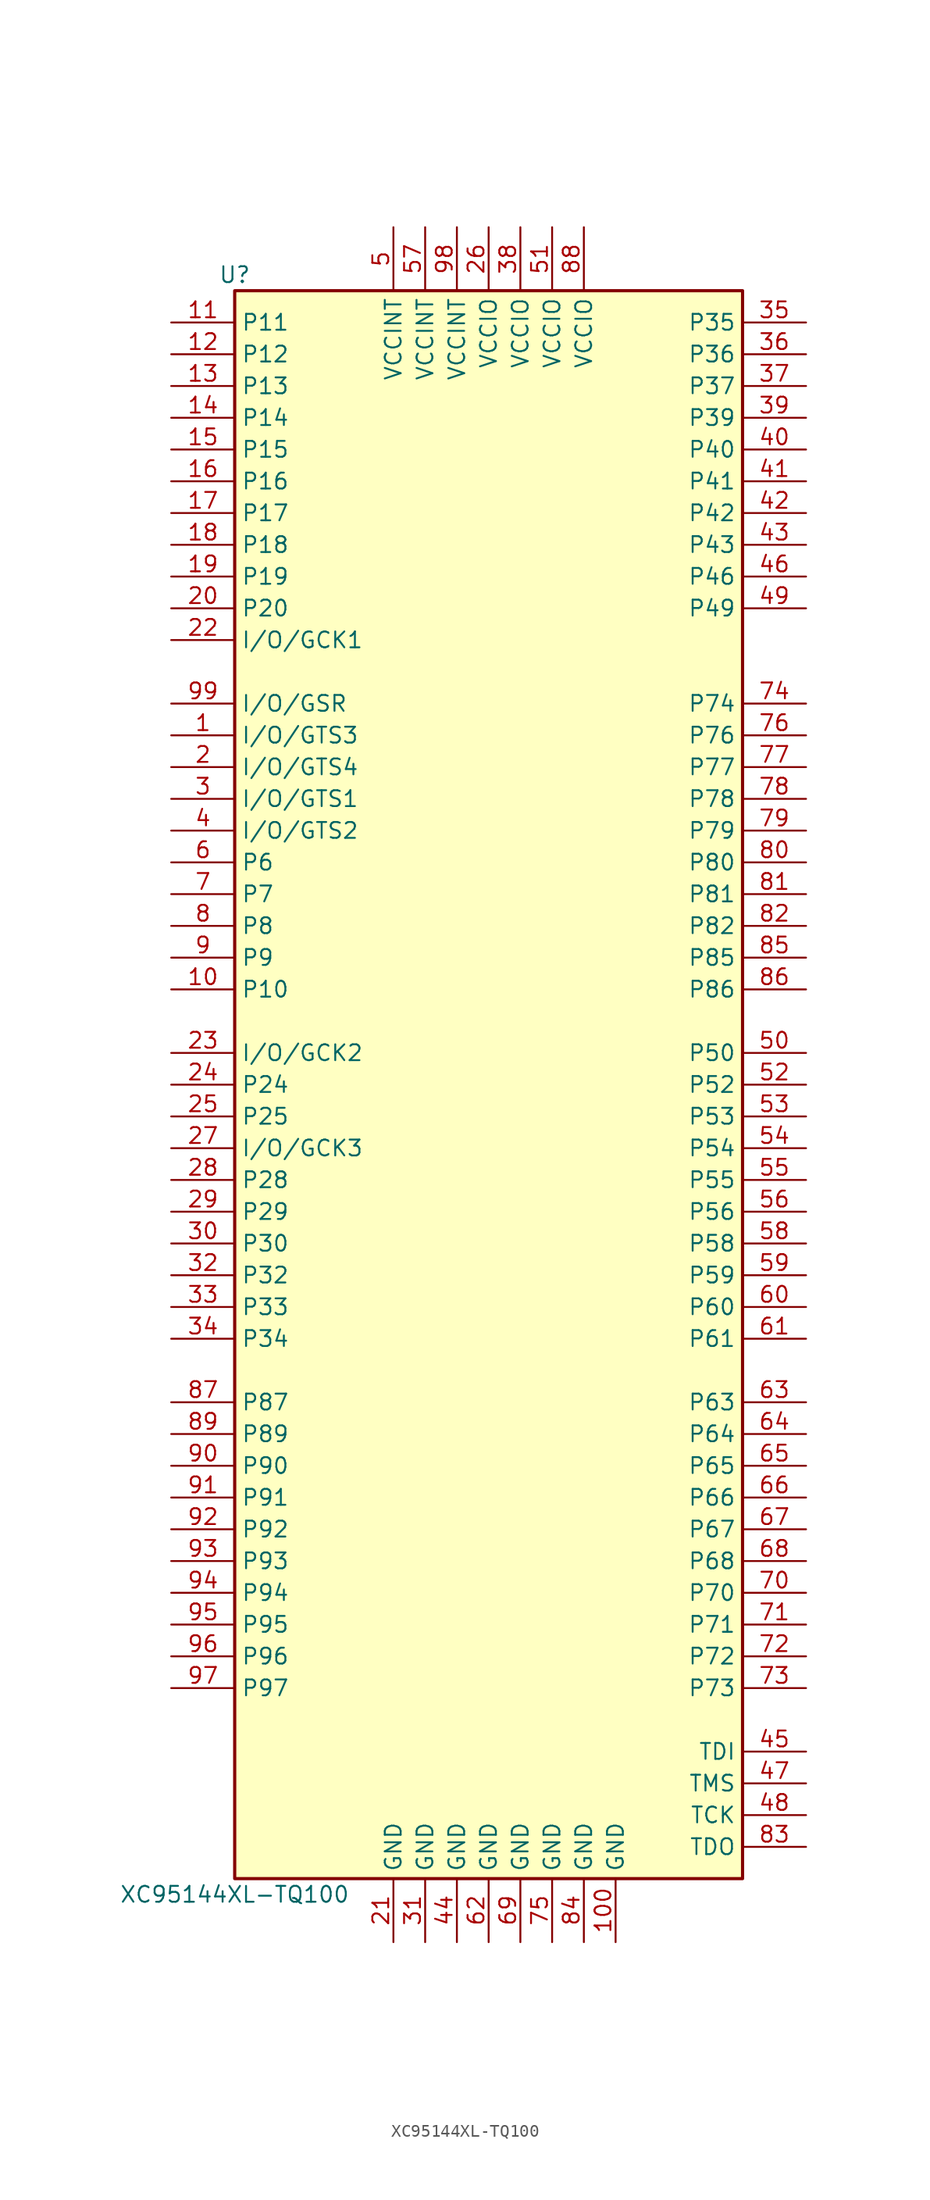
<source format=kicad_sym>
(kicad_symbol_lib
  (version 20231120)
  (generator "kicad_symbol_editor")
  (generator_version "8.0")
  (symbol "XC95144XL-TQ100"
    (property "Reference" "U"
      (at -20.32 64.77 0)
      (effects (font (size 1.27 1.27))))
    (property "Value" "XC95144XL-TQ100"
      (at -20.32 -64.77 0)
      (effects (font (size 1.27 1.27))))
    (symbol "XC95144XL-TQ100_1_1"
      (rectangle (start -20.32 63.5) (end 20.32 -63.5) (stroke (width 0.254) (type default)) (fill (type background)))
      (pin bidirectional line (at -25.4 27.94 0) (length 5.08) (name "I/O/GTS3" (effects (font (size 1.27 1.27)))) (number "1" (effects (font (size 1.27 1.27)))))
      (pin bidirectional line (at -25.4 7.62 0) (length 5.08) (name "P10" (effects (font (size 1.27 1.27)))) (number "10" (effects (font (size 1.27 1.27)))))
      (pin power_in line (at 10.16 -68.58 90) (length 5.08) (name "GND" (effects (font (size 1.27 1.27)))) (number "100" (effects (font (size 1.27 1.27)))))
      (pin bidirectional line (at -25.4 60.96 0) (length 5.08) (name "P11" (effects (font (size 1.27 1.27)))) (number "11" (effects (font (size 1.27 1.27)))))
      (pin bidirectional line (at -25.4 58.42 0) (length 5.08) (name "P12" (effects (font (size 1.27 1.27)))) (number "12" (effects (font (size 1.27 1.27)))))
      (pin bidirectional line (at -25.4 55.88 0) (length 5.08) (name "P13" (effects (font (size 1.27 1.27)))) (number "13" (effects (font (size 1.27 1.27)))))
      (pin bidirectional line (at -25.4 53.34 0) (length 5.08) (name "P14" (effects (font (size 1.27 1.27)))) (number "14" (effects (font (size 1.27 1.27)))))
      (pin bidirectional line (at -25.4 50.8 0) (length 5.08) (name "P15" (effects (font (size 1.27 1.27)))) (number "15" (effects (font (size 1.27 1.27)))))
      (pin bidirectional line (at -25.4 48.26 0) (length 5.08) (name "P16" (effects (font (size 1.27 1.27)))) (number "16" (effects (font (size 1.27 1.27)))))
      (pin bidirectional line (at -25.4 45.72 0) (length 5.08) (name "P17" (effects (font (size 1.27 1.27)))) (number "17" (effects (font (size 1.27 1.27)))))
      (pin bidirectional line (at -25.4 43.18 0) (length 5.08) (name "P18" (effects (font (size 1.27 1.27)))) (number "18" (effects (font (size 1.27 1.27)))))
      (pin bidirectional line (at -25.4 40.64 0) (length 5.08) (name "P19" (effects (font (size 1.27 1.27)))) (number "19" (effects (font (size 1.27 1.27)))))
      (pin bidirectional line (at -25.4 25.4 0) (length 5.08) (name "I/O/GTS4" (effects (font (size 1.27 1.27)))) (number "2" (effects (font (size 1.27 1.27)))))
      (pin bidirectional line (at -25.4 38.1 0) (length 5.08) (name "P20" (effects (font (size 1.27 1.27)))) (number "20" (effects (font (size 1.27 1.27)))))
      (pin power_in line (at -7.62 -68.58 90) (length 5.08) (name "GND" (effects (font (size 1.27 1.27)))) (number "21" (effects (font (size 1.27 1.27)))))
      (pin bidirectional line (at -25.4 35.56 0) (length 5.08) (name "I/O/GCK1" (effects (font (size 1.27 1.27)))) (number "22" (effects (font (size 1.27 1.27)))))
      (pin bidirectional line (at -25.4 2.54 0) (length 5.08) (name "I/O/GCK2" (effects (font (size 1.27 1.27)))) (number "23" (effects (font (size 1.27 1.27)))))
      (pin bidirectional line (at -25.4 0 0) (length 5.08) (name "P24" (effects (font (size 1.27 1.27)))) (number "24" (effects (font (size 1.27 1.27)))))
      (pin bidirectional line (at -25.4 -2.54 0) (length 5.08) (name "P25" (effects (font (size 1.27 1.27)))) (number "25" (effects (font (size 1.27 1.27)))))
      (pin power_in line (at 0 68.58 270) (length 5.08) (name "VCCIO" (effects (font (size 1.27 1.27)))) (number "26" (effects (font (size 1.27 1.27)))))
      (pin bidirectional line (at -25.4 -5.08 0) (length 5.08) (name "I/O/GCK3" (effects (font (size 1.27 1.27)))) (number "27" (effects (font (size 1.27 1.27)))))
      (pin bidirectional line (at -25.4 -7.62 0) (length 5.08) (name "P28" (effects (font (size 1.27 1.27)))) (number "28" (effects (font (size 1.27 1.27)))))
      (pin bidirectional line (at -25.4 -10.16 0) (length 5.08) (name "P29" (effects (font (size 1.27 1.27)))) (number "29" (effects (font (size 1.27 1.27)))))
      (pin bidirectional line (at -25.4 22.86 0) (length 5.08) (name "I/O/GTS1" (effects (font (size 1.27 1.27)))) (number "3" (effects (font (size 1.27 1.27)))))
      (pin bidirectional line (at -25.4 -12.7 0) (length 5.08) (name "P30" (effects (font (size 1.27 1.27)))) (number "30" (effects (font (size 1.27 1.27)))))
      (pin power_in line (at -5.08 -68.58 90) (length 5.08) (name "GND" (effects (font (size 1.27 1.27)))) (number "31" (effects (font (size 1.27 1.27)))))
      (pin bidirectional line (at -25.4 -15.24 0) (length 5.08) (name "P32" (effects (font (size 1.27 1.27)))) (number "32" (effects (font (size 1.27 1.27)))))
      (pin bidirectional line (at -25.4 -17.78 0) (length 5.08) (name "P33" (effects (font (size 1.27 1.27)))) (number "33" (effects (font (size 1.27 1.27)))))
      (pin bidirectional line (at -25.4 -20.32 0) (length 5.08) (name "P34" (effects (font (size 1.27 1.27)))) (number "34" (effects (font (size 1.27 1.27)))))
      (pin bidirectional line (at 25.4 60.96 180) (length 5.08) (name "P35" (effects (font (size 1.27 1.27)))) (number "35" (effects (font (size 1.27 1.27)))))
      (pin bidirectional line (at 25.4 58.42 180) (length 5.08) (name "P36" (effects (font (size 1.27 1.27)))) (number "36" (effects (font (size 1.27 1.27)))))
      (pin bidirectional line (at 25.4 55.88 180) (length 5.08) (name "P37" (effects (font (size 1.27 1.27)))) (number "37" (effects (font (size 1.27 1.27)))))
      (pin power_in line (at 2.54 68.58 270) (length 5.08) (name "VCCIO" (effects (font (size 1.27 1.27)))) (number "38" (effects (font (size 1.27 1.27)))))
      (pin bidirectional line (at 25.4 53.34 180) (length 5.08) (name "P39" (effects (font (size 1.27 1.27)))) (number "39" (effects (font (size 1.27 1.27)))))
      (pin bidirectional line (at -25.4 20.32 0) (length 5.08) (name "I/O/GTS2" (effects (font (size 1.27 1.27)))) (number "4" (effects (font (size 1.27 1.27)))))
      (pin bidirectional line (at 25.4 50.8 180) (length 5.08) (name "P40" (effects (font (size 1.27 1.27)))) (number "40" (effects (font (size 1.27 1.27)))))
      (pin bidirectional line (at 25.4 48.26 180) (length 5.08) (name "P41" (effects (font (size 1.27 1.27)))) (number "41" (effects (font (size 1.27 1.27)))))
      (pin bidirectional line (at 25.4 45.72 180) (length 5.08) (name "P42" (effects (font (size 1.27 1.27)))) (number "42" (effects (font (size 1.27 1.27)))))
      (pin bidirectional line (at 25.4 43.18 180) (length 5.08) (name "P43" (effects (font (size 1.27 1.27)))) (number "43" (effects (font (size 1.27 1.27)))))
      (pin power_in line (at -2.54 -68.58 90) (length 5.08) (name "GND" (effects (font (size 1.27 1.27)))) (number "44" (effects (font (size 1.27 1.27)))))
      (pin input line (at 25.4 -53.34 180) (length 5.08) (name "TDI" (effects (font (size 1.27 1.27)))) (number "45" (effects (font (size 1.27 1.27)))))
      (pin bidirectional line (at 25.4 40.64 180) (length 5.08) (name "P46" (effects (font (size 1.27 1.27)))) (number "46" (effects (font (size 1.27 1.27)))))
      (pin input line (at 25.4 -55.88 180) (length 5.08) (name "TMS" (effects (font (size 1.27 1.27)))) (number "47" (effects (font (size 1.27 1.27)))))
      (pin input line (at 25.4 -58.42 180) (length 5.08) (name "TCK" (effects (font (size 1.27 1.27)))) (number "48" (effects (font (size 1.27 1.27)))))
      (pin bidirectional line (at 25.4 38.1 180) (length 5.08) (name "P49" (effects (font (size 1.27 1.27)))) (number "49" (effects (font (size 1.27 1.27)))))
      (pin power_in line (at -7.62 68.58 270) (length 5.08) (name "VCCINT" (effects (font (size 1.27 1.27)))) (number "5" (effects (font (size 1.27 1.27)))))
      (pin bidirectional line (at 25.4 2.54 180) (length 5.08) (name "P50" (effects (font (size 1.27 1.27)))) (number "50" (effects (font (size 1.27 1.27)))))
      (pin power_in line (at 5.08 68.58 270) (length 5.08) (name "VCCIO" (effects (font (size 1.27 1.27)))) (number "51" (effects (font (size 1.27 1.27)))))
      (pin bidirectional line (at 25.4 0 180) (length 5.08) (name "P52" (effects (font (size 1.27 1.27)))) (number "52" (effects (font (size 1.27 1.27)))))
      (pin bidirectional line (at 25.4 -2.54 180) (length 5.08) (name "P53" (effects (font (size 1.27 1.27)))) (number "53" (effects (font (size 1.27 1.27)))))
      (pin bidirectional line (at 25.4 -5.08 180) (length 5.08) (name "P54" (effects (font (size 1.27 1.27)))) (number "54" (effects (font (size 1.27 1.27)))))
      (pin bidirectional line (at 25.4 -7.62 180) (length 5.08) (name "P55" (effects (font (size 1.27 1.27)))) (number "55" (effects (font (size 1.27 1.27)))))
      (pin bidirectional line (at 25.4 -10.16 180) (length 5.08) (name "P56" (effects (font (size 1.27 1.27)))) (number "56" (effects (font (size 1.27 1.27)))))
      (pin power_in line (at -5.08 68.58 270) (length 5.08) (name "VCCINT" (effects (font (size 1.27 1.27)))) (number "57" (effects (font (size 1.27 1.27)))))
      (pin bidirectional line (at 25.4 -12.7 180) (length 5.08) (name "P58" (effects (font (size 1.27 1.27)))) (number "58" (effects (font (size 1.27 1.27)))))
      (pin bidirectional line (at 25.4 -15.24 180) (length 5.08) (name "P59" (effects (font (size 1.27 1.27)))) (number "59" (effects (font (size 1.27 1.27)))))
      (pin bidirectional line (at -25.4 17.78 0) (length 5.08) (name "P6" (effects (font (size 1.27 1.27)))) (number "6" (effects (font (size 1.27 1.27)))))
      (pin bidirectional line (at 25.4 -17.78 180) (length 5.08) (name "P60" (effects (font (size 1.27 1.27)))) (number "60" (effects (font (size 1.27 1.27)))))
      (pin bidirectional line (at 25.4 -20.32 180) (length 5.08) (name "P61" (effects (font (size 1.27 1.27)))) (number "61" (effects (font (size 1.27 1.27)))))
      (pin power_in line (at 0 -68.58 90) (length 5.08) (name "GND" (effects (font (size 1.27 1.27)))) (number "62" (effects (font (size 1.27 1.27)))))
      (pin bidirectional line (at 25.4 -25.4 180) (length 5.08) (name "P63" (effects (font (size 1.27 1.27)))) (number "63" (effects (font (size 1.27 1.27)))))
      (pin bidirectional line (at 25.4 -27.94 180) (length 5.08) (name "P64" (effects (font (size 1.27 1.27)))) (number "64" (effects (font (size 1.27 1.27)))))
      (pin bidirectional line (at 25.4 -30.48 180) (length 5.08) (name "P65" (effects (font (size 1.27 1.27)))) (number "65" (effects (font (size 1.27 1.27)))))
      (pin bidirectional line (at 25.4 -33.02 180) (length 5.08) (name "P66" (effects (font (size 1.27 1.27)))) (number "66" (effects (font (size 1.27 1.27)))))
      (pin bidirectional line (at 25.4 -35.56 180) (length 5.08) (name "P67" (effects (font (size 1.27 1.27)))) (number "67" (effects (font (size 1.27 1.27)))))
      (pin bidirectional line (at 25.4 -38.1 180) (length 5.08) (name "P68" (effects (font (size 1.27 1.27)))) (number "68" (effects (font (size 1.27 1.27)))))
      (pin power_in line (at 2.54 -68.58 90) (length 5.08) (name "GND" (effects (font (size 1.27 1.27)))) (number "69" (effects (font (size 1.27 1.27)))))
      (pin bidirectional line (at -25.4 15.24 0) (length 5.08) (name "P7" (effects (font (size 1.27 1.27)))) (number "7" (effects (font (size 1.27 1.27)))))
      (pin bidirectional line (at 25.4 -40.64 180) (length 5.08) (name "P70" (effects (font (size 1.27 1.27)))) (number "70" (effects (font (size 1.27 1.27)))))
      (pin bidirectional line (at 25.4 -43.18 180) (length 5.08) (name "P71" (effects (font (size 1.27 1.27)))) (number "71" (effects (font (size 1.27 1.27)))))
      (pin bidirectional line (at 25.4 -45.72 180) (length 5.08) (name "P72" (effects (font (size 1.27 1.27)))) (number "72" (effects (font (size 1.27 1.27)))))
      (pin bidirectional line (at 25.4 -48.26 180) (length 5.08) (name "P73" (effects (font (size 1.27 1.27)))) (number "73" (effects (font (size 1.27 1.27)))))
      (pin bidirectional line (at 25.4 30.48 180) (length 5.08) (name "P74" (effects (font (size 1.27 1.27)))) (number "74" (effects (font (size 1.27 1.27)))))
      (pin power_in line (at 5.08 -68.58 90) (length 5.08) (name "GND" (effects (font (size 1.27 1.27)))) (number "75" (effects (font (size 1.27 1.27)))))
      (pin bidirectional line (at 25.4 27.94 180) (length 5.08) (name "P76" (effects (font (size 1.27 1.27)))) (number "76" (effects (font (size 1.27 1.27)))))
      (pin bidirectional line (at 25.4 25.4 180) (length 5.08) (name "P77" (effects (font (size 1.27 1.27)))) (number "77" (effects (font (size 1.27 1.27)))))
      (pin bidirectional line (at 25.4 22.86 180) (length 5.08) (name "P78" (effects (font (size 1.27 1.27)))) (number "78" (effects (font (size 1.27 1.27)))))
      (pin bidirectional line (at 25.4 20.32 180) (length 5.08) (name "P79" (effects (font (size 1.27 1.27)))) (number "79" (effects (font (size 1.27 1.27)))))
      (pin bidirectional line (at -25.4 12.7 0) (length 5.08) (name "P8" (effects (font (size 1.27 1.27)))) (number "8" (effects (font (size 1.27 1.27)))))
      (pin bidirectional line (at 25.4 17.78 180) (length 5.08) (name "P80" (effects (font (size 1.27 1.27)))) (number "80" (effects (font (size 1.27 1.27)))))
      (pin bidirectional line (at 25.4 15.24 180) (length 5.08) (name "P81" (effects (font (size 1.27 1.27)))) (number "81" (effects (font (size 1.27 1.27)))))
      (pin bidirectional line (at 25.4 12.7 180) (length 5.08) (name "P82" (effects (font (size 1.27 1.27)))) (number "82" (effects (font (size 1.27 1.27)))))
      (pin output line (at 25.4 -60.96 180) (length 5.08) (name "TDO" (effects (font (size 1.27 1.27)))) (number "83" (effects (font (size 1.27 1.27)))))
      (pin power_in line (at 7.62 -68.58 90) (length 5.08) (name "GND" (effects (font (size 1.27 1.27)))) (number "84" (effects (font (size 1.27 1.27)))))
      (pin bidirectional line (at 25.4 10.16 180) (length 5.08) (name "P85" (effects (font (size 1.27 1.27)))) (number "85" (effects (font (size 1.27 1.27)))))
      (pin bidirectional line (at 25.4 7.62 180) (length 5.08) (name "P86" (effects (font (size 1.27 1.27)))) (number "86" (effects (font (size 1.27 1.27)))))
      (pin bidirectional line (at -25.4 -25.4 0) (length 5.08) (name "P87" (effects (font (size 1.27 1.27)))) (number "87" (effects (font (size 1.27 1.27)))))
      (pin power_in line (at 7.62 68.58 270) (length 5.08) (name "VCCIO" (effects (font (size 1.27 1.27)))) (number "88" (effects (font (size 1.27 1.27)))))
      (pin bidirectional line (at -25.4 -27.94 0) (length 5.08) (name "P89" (effects (font (size 1.27 1.27)))) (number "89" (effects (font (size 1.27 1.27)))))
      (pin bidirectional line (at -25.4 10.16 0) (length 5.08) (name "P9" (effects (font (size 1.27 1.27)))) (number "9" (effects (font (size 1.27 1.27)))))
      (pin bidirectional line (at -25.4 -30.48 0) (length 5.08) (name "P90" (effects (font (size 1.27 1.27)))) (number "90" (effects (font (size 1.27 1.27)))))
      (pin bidirectional line (at -25.4 -33.02 0) (length 5.08) (name "P91" (effects (font (size 1.27 1.27)))) (number "91" (effects (font (size 1.27 1.27)))))
      (pin bidirectional line (at -25.4 -35.56 0) (length 5.08) (name "P92" (effects (font (size 1.27 1.27)))) (number "92" (effects (font (size 1.27 1.27)))))
      (pin bidirectional line (at -25.4 -38.1 0) (length 5.08) (name "P93" (effects (font (size 1.27 1.27)))) (number "93" (effects (font (size 1.27 1.27)))))
      (pin bidirectional line (at -25.4 -40.64 0) (length 5.08) (name "P94" (effects (font (size 1.27 1.27)))) (number "94" (effects (font (size 1.27 1.27)))))
      (pin bidirectional line (at -25.4 -43.18 0) (length 5.08) (name "P95" (effects (font (size 1.27 1.27)))) (number "95" (effects (font (size 1.27 1.27)))))
      (pin bidirectional line (at -25.4 -45.72 0) (length 5.08) (name "P96" (effects (font (size 1.27 1.27)))) (number "96" (effects (font (size 1.27 1.27)))))
      (pin bidirectional line (at -25.4 -48.26 0) (length 5.08) (name "P97" (effects (font (size 1.27 1.27)))) (number "97" (effects (font (size 1.27 1.27)))))
      (pin power_in line (at -2.54 68.58 270) (length 5.08) (name "VCCINT" (effects (font (size 1.27 1.27)))) (number "98" (effects (font (size 1.27 1.27)))))
      (pin bidirectional line (at -25.4 30.48 0) (length 5.08) (name "I/O/GSR" (effects (font (size 1.27 1.27)))) (number "99" (effects (font (size 1.27 1.27))))))))
</source>
